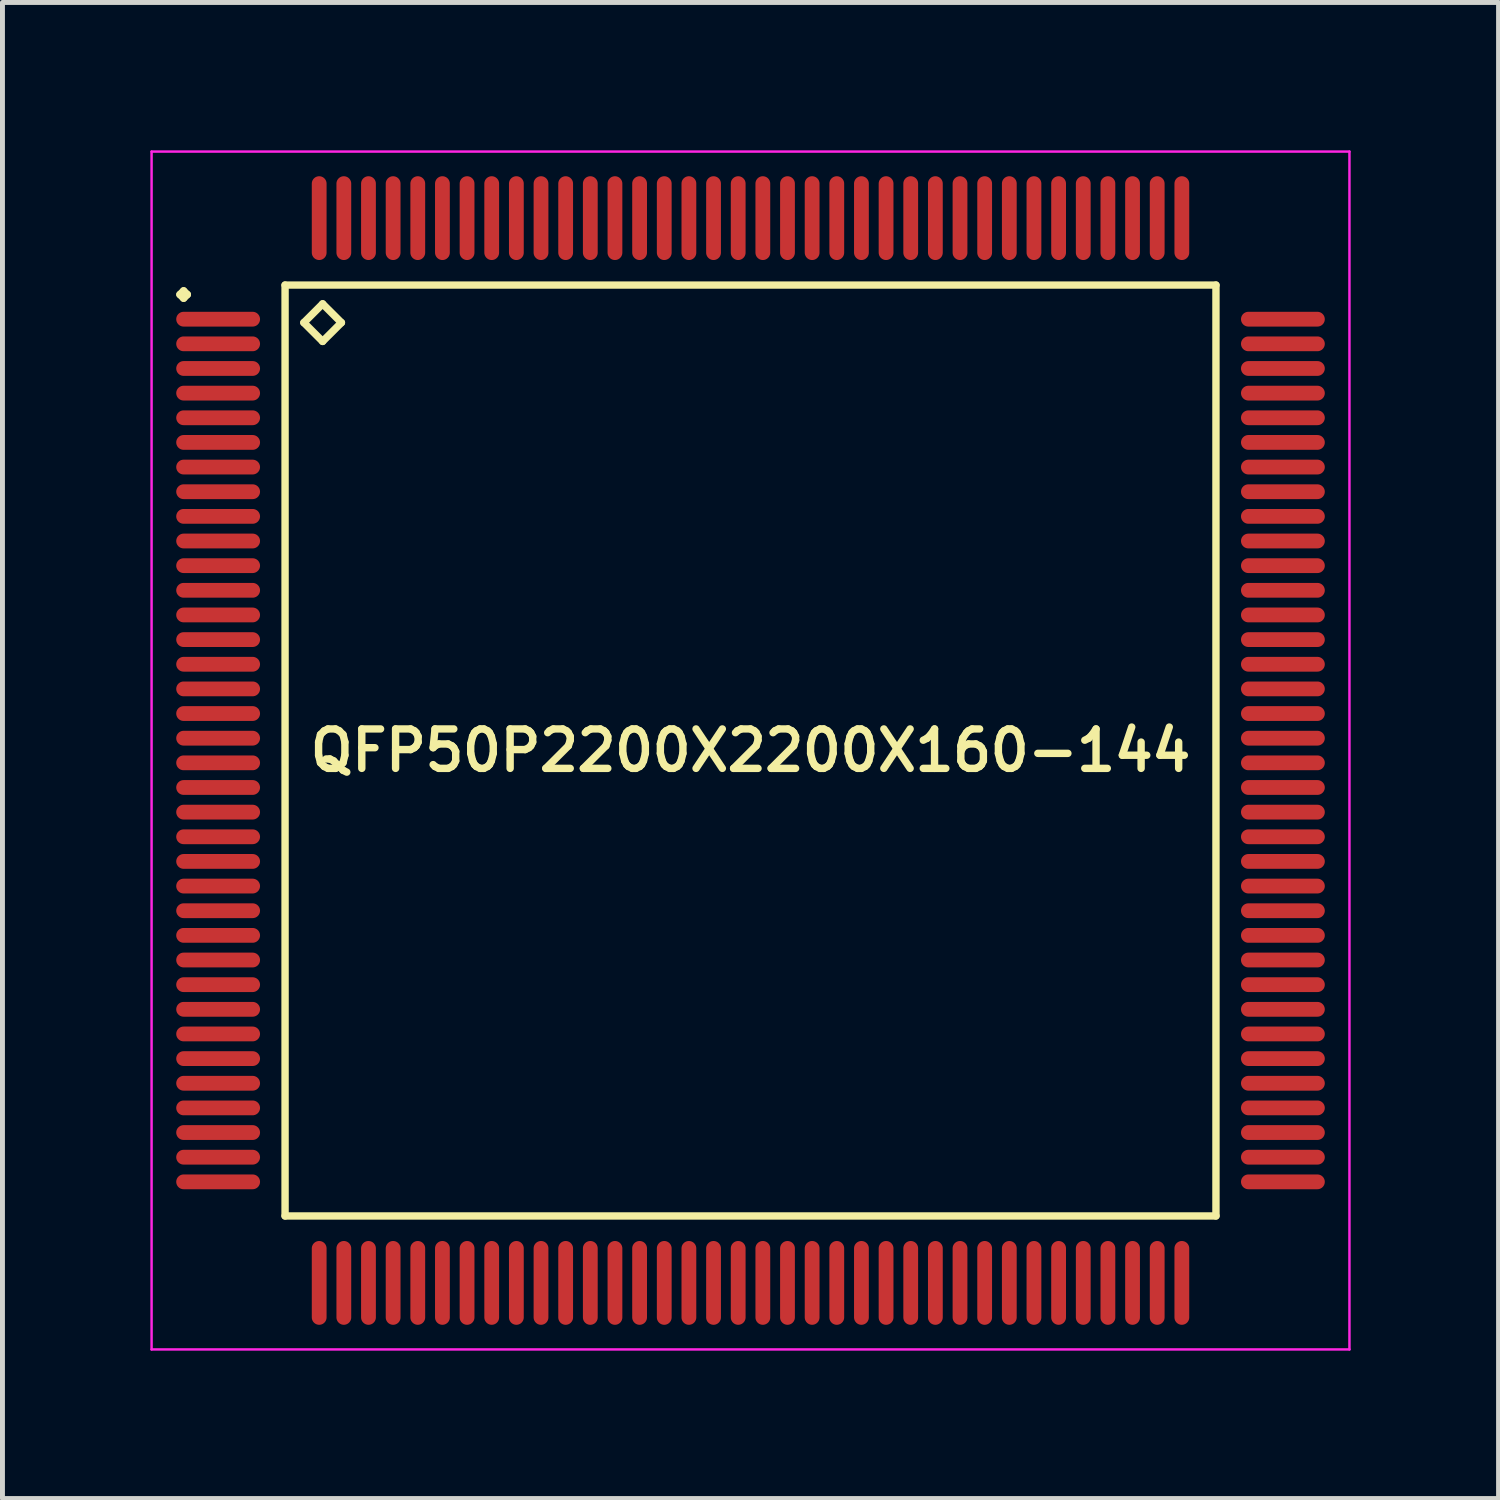
<source format=kicad_pcb>
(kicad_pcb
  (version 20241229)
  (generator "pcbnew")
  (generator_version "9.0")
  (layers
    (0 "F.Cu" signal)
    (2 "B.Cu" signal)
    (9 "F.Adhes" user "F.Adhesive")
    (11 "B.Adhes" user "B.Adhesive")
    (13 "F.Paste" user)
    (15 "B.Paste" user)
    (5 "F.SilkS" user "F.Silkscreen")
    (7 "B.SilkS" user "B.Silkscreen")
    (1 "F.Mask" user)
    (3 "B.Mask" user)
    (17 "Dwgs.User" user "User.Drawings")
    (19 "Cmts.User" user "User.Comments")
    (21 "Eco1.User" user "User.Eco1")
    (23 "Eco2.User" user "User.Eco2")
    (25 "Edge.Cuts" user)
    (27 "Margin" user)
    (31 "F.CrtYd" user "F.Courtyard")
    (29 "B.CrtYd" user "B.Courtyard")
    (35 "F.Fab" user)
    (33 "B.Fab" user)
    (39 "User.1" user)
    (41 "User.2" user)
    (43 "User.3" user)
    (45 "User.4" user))
  (footprint "QFP50P2200X2200X160-144"
    (layer "F.Cu")
    (at 12.175 12.175)
    (property "Reference" "QFP50P2200X2200X160-144" (at 0 0 0) (layer "F.SilkS") (effects (font (size 0.8 0.8) (thickness 0.15))))
    (attr smd)
    (fp_line (start -11.575 -9.25) (end -11.5 -9.325) (stroke (width 0.15) (type solid)) (layer "F.SilkS"))
    (fp_line (start -11.5 -9.325) (end -11.425 -9.25) (stroke (width 0.15) (type solid)) (layer "F.SilkS"))
    (fp_line (start -11.5 -9.175) (end -11.575 -9.25) (stroke (width 0.15) (type solid)) (layer "F.SilkS"))
    (fp_line (start -11.425 -9.25) (end -11.5 -9.175) (stroke (width 0.15) (type solid)) (layer "F.SilkS"))
    (fp_line (start -9.442 -9.442) (end -9.442 9.442) (stroke (width 0.15) (type solid)) (layer "F.SilkS"))
    (fp_line (start -9.442 9.442) (end 9.442 9.442) (stroke (width 0.15) (type solid)) (layer "F.SilkS"))
    (fp_line (start -9.061 -8.68) (end -8.68 -9.061) (stroke (width 0.15) (type solid)) (layer "F.SilkS"))
    (fp_line (start -8.68 -9.061) (end -8.299 -8.68) (stroke (width 0.15) (type solid)) (layer "F.SilkS"))
    (fp_line (start -8.68 -8.299) (end -9.061 -8.68) (stroke (width 0.15) (type solid)) (layer "F.SilkS"))
    (fp_line (start -8.299 -8.68) (end -8.68 -8.299) (stroke (width 0.15) (type solid)) (layer "F.SilkS"))
    (fp_line (start 9.442 -9.442) (end -9.442 -9.442) (stroke (width 0.15) (type solid)) (layer "F.SilkS"))
    (fp_line (start 9.442 9.442) (end 9.442 -9.442) (stroke (width 0.15) (type solid)) (layer "F.SilkS"))
    (fp_line (start -12.15 -12.15) (end 12.15 -12.15) (stroke (width 0.05) (type solid)) (layer "F.CrtYd"))
    (fp_line (start -12.15 12.15) (end -12.15 -12.15) (stroke (width 0.05) (type solid)) (layer "F.CrtYd"))
    (fp_line (start 12.15 -12.15) (end 12.15 12.15) (stroke (width 0.05) (type solid)) (layer "F.CrtYd"))
    (fp_line (start 12.15 12.15) (end -12.15 12.15) (stroke (width 0.05) (type solid)) (layer "F.CrtYd"))
    (pad "1" smd oval (at -10.8 -8.75) (size 1.7 0.3) (layers "F.Cu" "F.Mask" "F.Paste"))
    (pad "2" smd oval (at -10.8 -8.25) (size 1.7 0.3) (layers "F.Cu" "F.Mask" "F.Paste"))
    (pad "3" smd oval (at -10.8 -7.75) (size 1.7 0.3) (layers "F.Cu" "F.Mask" "F.Paste"))
    (pad "4" smd oval (at -10.8 -7.25) (size 1.7 0.3) (layers "F.Cu" "F.Mask" "F.Paste"))
    (pad "5" smd oval (at -10.8 -6.75) (size 1.7 0.3) (layers "F.Cu" "F.Mask" "F.Paste"))
    (pad "6" smd oval (at -10.8 -6.25) (size 1.7 0.3) (layers "F.Cu" "F.Mask" "F.Paste"))
    (pad "7" smd oval (at -10.8 -5.75) (size 1.7 0.3) (layers "F.Cu" "F.Mask" "F.Paste"))
    (pad "8" smd oval (at -10.8 -5.25) (size 1.7 0.3) (layers "F.Cu" "F.Mask" "F.Paste"))
    (pad "9" smd oval (at -10.8 -4.75) (size 1.7 0.3) (layers "F.Cu" "F.Mask" "F.Paste"))
    (pad "10" smd oval (at -10.8 -4.25) (size 1.7 0.3) (layers "F.Cu" "F.Mask" "F.Paste"))
    (pad "11" smd oval (at -10.8 -3.75) (size 1.7 0.3) (layers "F.Cu" "F.Mask" "F.Paste"))
    (pad "12" smd oval (at -10.8 -3.25) (size 1.7 0.3) (layers "F.Cu" "F.Mask" "F.Paste"))
    (pad "13" smd oval (at -10.8 -2.75) (size 1.7 0.3) (layers "F.Cu" "F.Mask" "F.Paste"))
    (pad "14" smd oval (at -10.8 -2.25) (size 1.7 0.3) (layers "F.Cu" "F.Mask" "F.Paste"))
    (pad "15" smd oval (at -10.8 -1.75) (size 1.7 0.3) (layers "F.Cu" "F.Mask" "F.Paste"))
    (pad "16" smd oval (at -10.8 -1.25) (size 1.7 0.3) (layers "F.Cu" "F.Mask" "F.Paste"))
    (pad "17" smd oval (at -10.8 -0.75) (size 1.7 0.3) (layers "F.Cu" "F.Mask" "F.Paste"))
    (pad "18" smd oval (at -10.8 -0.25) (size 1.7 0.3) (layers "F.Cu" "F.Mask" "F.Paste"))
    (pad "19" smd oval (at -10.8 0.25) (size 1.7 0.3) (layers "F.Cu" "F.Mask" "F.Paste"))
    (pad "20" smd oval (at -10.8 0.75) (size 1.7 0.3) (layers "F.Cu" "F.Mask" "F.Paste"))
    (pad "21" smd oval (at -10.8 1.25) (size 1.7 0.3) (layers "F.Cu" "F.Mask" "F.Paste"))
    (pad "22" smd oval (at -10.8 1.75) (size 1.7 0.3) (layers "F.Cu" "F.Mask" "F.Paste"))
    (pad "23" smd oval (at -10.8 2.25) (size 1.7 0.3) (layers "F.Cu" "F.Mask" "F.Paste"))
    (pad "24" smd oval (at -10.8 2.75) (size 1.7 0.3) (layers "F.Cu" "F.Mask" "F.Paste"))
    (pad "25" smd oval (at -10.8 3.25) (size 1.7 0.3) (layers "F.Cu" "F.Mask" "F.Paste"))
    (pad "26" smd oval (at -10.8 3.75) (size 1.7 0.3) (layers "F.Cu" "F.Mask" "F.Paste"))
    (pad "27" smd oval (at -10.8 4.25) (size 1.7 0.3) (layers "F.Cu" "F.Mask" "F.Paste"))
    (pad "28" smd oval (at -10.8 4.75) (size 1.7 0.3) (layers "F.Cu" "F.Mask" "F.Paste"))
    (pad "29" smd oval (at -10.8 5.25) (size 1.7 0.3) (layers "F.Cu" "F.Mask" "F.Paste"))
    (pad "30" smd oval (at -10.8 5.75) (size 1.7 0.3) (layers "F.Cu" "F.Mask" "F.Paste"))
    (pad "31" smd oval (at -10.8 6.25) (size 1.7 0.3) (layers "F.Cu" "F.Mask" "F.Paste"))
    (pad "32" smd oval (at -10.8 6.75) (size 1.7 0.3) (layers "F.Cu" "F.Mask" "F.Paste"))
    (pad "33" smd oval (at -10.8 7.25) (size 1.7 0.3) (layers "F.Cu" "F.Mask" "F.Paste"))
    (pad "34" smd oval (at -10.8 7.75) (size 1.7 0.3) (layers "F.Cu" "F.Mask" "F.Paste"))
    (pad "35" smd oval (at -10.8 8.25) (size 1.7 0.3) (layers "F.Cu" "F.Mask" "F.Paste"))
    (pad "36" smd oval (at -10.8 8.75) (size 1.7 0.3) (layers "F.Cu" "F.Mask" "F.Paste"))
    (pad "37" smd oval (at -8.75 10.8) (size 0.3 1.7) (layers "F.Cu" "F.Mask" "F.Paste"))
    (pad "38" smd oval (at -8.25 10.8) (size 0.3 1.7) (layers "F.Cu" "F.Mask" "F.Paste"))
    (pad "39" smd oval (at -7.75 10.8) (size 0.3 1.7) (layers "F.Cu" "F.Mask" "F.Paste"))
    (pad "40" smd oval (at -7.25 10.8) (size 0.3 1.7) (layers "F.Cu" "F.Mask" "F.Paste"))
    (pad "41" smd oval (at -6.75 10.8) (size 0.3 1.7) (layers "F.Cu" "F.Mask" "F.Paste"))
    (pad "42" smd oval (at -6.25 10.8) (size 0.3 1.7) (layers "F.Cu" "F.Mask" "F.Paste"))
    (pad "43" smd oval (at -5.75 10.8) (size 0.3 1.7) (layers "F.Cu" "F.Mask" "F.Paste"))
    (pad "44" smd oval (at -5.25 10.8) (size 0.3 1.7) (layers "F.Cu" "F.Mask" "F.Paste"))
    (pad "45" smd oval (at -4.75 10.8) (size 0.3 1.7) (layers "F.Cu" "F.Mask" "F.Paste"))
    (pad "46" smd oval (at -4.25 10.8) (size 0.3 1.7) (layers "F.Cu" "F.Mask" "F.Paste"))
    (pad "47" smd oval (at -3.75 10.8) (size 0.3 1.7) (layers "F.Cu" "F.Mask" "F.Paste"))
    (pad "48" smd oval (at -3.25 10.8) (size 0.3 1.7) (layers "F.Cu" "F.Mask" "F.Paste"))
    (pad "49" smd oval (at -2.75 10.8) (size 0.3 1.7) (layers "F.Cu" "F.Mask" "F.Paste"))
    (pad "50" smd oval (at -2.25 10.8) (size 0.3 1.7) (layers "F.Cu" "F.Mask" "F.Paste"))
    (pad "51" smd oval (at -1.75 10.8) (size 0.3 1.7) (layers "F.Cu" "F.Mask" "F.Paste"))
    (pad "52" smd oval (at -1.25 10.8) (size 0.3 1.7) (layers "F.Cu" "F.Mask" "F.Paste"))
    (pad "53" smd oval (at -0.75 10.8) (size 0.3 1.7) (layers "F.Cu" "F.Mask" "F.Paste"))
    (pad "54" smd oval (at -0.25 10.8) (size 0.3 1.7) (layers "F.Cu" "F.Mask" "F.Paste"))
    (pad "55" smd oval (at 0.25 10.8) (size 0.3 1.7) (layers "F.Cu" "F.Mask" "F.Paste"))
    (pad "56" smd oval (at 0.75 10.8) (size 0.3 1.7) (layers "F.Cu" "F.Mask" "F.Paste"))
    (pad "57" smd oval (at 1.25 10.8) (size 0.3 1.7) (layers "F.Cu" "F.Mask" "F.Paste"))
    (pad "58" smd oval (at 1.75 10.8) (size 0.3 1.7) (layers "F.Cu" "F.Mask" "F.Paste"))
    (pad "59" smd oval (at 2.25 10.8) (size 0.3 1.7) (layers "F.Cu" "F.Mask" "F.Paste"))
    (pad "60" smd oval (at 2.75 10.8) (size 0.3 1.7) (layers "F.Cu" "F.Mask" "F.Paste"))
    (pad "61" smd oval (at 3.25 10.8) (size 0.3 1.7) (layers "F.Cu" "F.Mask" "F.Paste"))
    (pad "62" smd oval (at 3.75 10.8) (size 0.3 1.7) (layers "F.Cu" "F.Mask" "F.Paste"))
    (pad "63" smd oval (at 4.25 10.8) (size 0.3 1.7) (layers "F.Cu" "F.Mask" "F.Paste"))
    (pad "64" smd oval (at 4.75 10.8) (size 0.3 1.7) (layers "F.Cu" "F.Mask" "F.Paste"))
    (pad "65" smd oval (at 5.25 10.8) (size 0.3 1.7) (layers "F.Cu" "F.Mask" "F.Paste"))
    (pad "66" smd oval (at 5.75 10.8) (size 0.3 1.7) (layers "F.Cu" "F.Mask" "F.Paste"))
    (pad "67" smd oval (at 6.25 10.8) (size 0.3 1.7) (layers "F.Cu" "F.Mask" "F.Paste"))
    (pad "68" smd oval (at 6.75 10.8) (size 0.3 1.7) (layers "F.Cu" "F.Mask" "F.Paste"))
    (pad "69" smd oval (at 7.25 10.8) (size 0.3 1.7) (layers "F.Cu" "F.Mask" "F.Paste"))
    (pad "70" smd oval (at 7.75 10.8) (size 0.3 1.7) (layers "F.Cu" "F.Mask" "F.Paste"))
    (pad "71" smd oval (at 8.25 10.8) (size 0.3 1.7) (layers "F.Cu" "F.Mask" "F.Paste"))
    (pad "72" smd oval (at 8.75 10.8) (size 0.3 1.7) (layers "F.Cu" "F.Mask" "F.Paste"))
    (pad "73" smd oval (at 10.8 8.75) (size 1.7 0.3) (layers "F.Cu" "F.Mask" "F.Paste"))
    (pad "74" smd oval (at 10.8 8.25) (size 1.7 0.3) (layers "F.Cu" "F.Mask" "F.Paste"))
    (pad "75" smd oval (at 10.8 7.75) (size 1.7 0.3) (layers "F.Cu" "F.Mask" "F.Paste"))
    (pad "76" smd oval (at 10.8 7.25) (size 1.7 0.3) (layers "F.Cu" "F.Mask" "F.Paste"))
    (pad "77" smd oval (at 10.8 6.75) (size 1.7 0.3) (layers "F.Cu" "F.Mask" "F.Paste"))
    (pad "78" smd oval (at 10.8 6.25) (size 1.7 0.3) (layers "F.Cu" "F.Mask" "F.Paste"))
    (pad "79" smd oval (at 10.8 5.75) (size 1.7 0.3) (layers "F.Cu" "F.Mask" "F.Paste"))
    (pad "80" smd oval (at 10.8 5.25) (size 1.7 0.3) (layers "F.Cu" "F.Mask" "F.Paste"))
    (pad "81" smd oval (at 10.8 4.75) (size 1.7 0.3) (layers "F.Cu" "F.Mask" "F.Paste"))
    (pad "82" smd oval (at 10.8 4.25) (size 1.7 0.3) (layers "F.Cu" "F.Mask" "F.Paste"))
    (pad "83" smd oval (at 10.8 3.75) (size 1.7 0.3) (layers "F.Cu" "F.Mask" "F.Paste"))
    (pad "84" smd oval (at 10.8 3.25) (size 1.7 0.3) (layers "F.Cu" "F.Mask" "F.Paste"))
    (pad "85" smd oval (at 10.8 2.75) (size 1.7 0.3) (layers "F.Cu" "F.Mask" "F.Paste"))
    (pad "86" smd oval (at 10.8 2.25) (size 1.7 0.3) (layers "F.Cu" "F.Mask" "F.Paste"))
    (pad "87" smd oval (at 10.8 1.75) (size 1.7 0.3) (layers "F.Cu" "F.Mask" "F.Paste"))
    (pad "88" smd oval (at 10.8 1.25) (size 1.7 0.3) (layers "F.Cu" "F.Mask" "F.Paste"))
    (pad "89" smd oval (at 10.8 0.75) (size 1.7 0.3) (layers "F.Cu" "F.Mask" "F.Paste"))
    (pad "90" smd oval (at 10.8 0.25) (size 1.7 0.3) (layers "F.Cu" "F.Mask" "F.Paste"))
    (pad "91" smd oval (at 10.8 -0.25) (size 1.7 0.3) (layers "F.Cu" "F.Mask" "F.Paste"))
    (pad "92" smd oval (at 10.8 -0.75) (size 1.7 0.3) (layers "F.Cu" "F.Mask" "F.Paste"))
    (pad "93" smd oval (at 10.8 -1.25) (size 1.7 0.3) (layers "F.Cu" "F.Mask" "F.Paste"))
    (pad "94" smd oval (at 10.8 -1.75) (size 1.7 0.3) (layers "F.Cu" "F.Mask" "F.Paste"))
    (pad "95" smd oval (at 10.8 -2.25) (size 1.7 0.3) (layers "F.Cu" "F.Mask" "F.Paste"))
    (pad "96" smd oval (at 10.8 -2.75) (size 1.7 0.3) (layers "F.Cu" "F.Mask" "F.Paste"))
    (pad "97" smd oval (at 10.8 -3.25) (size 1.7 0.3) (layers "F.Cu" "F.Mask" "F.Paste"))
    (pad "98" smd oval (at 10.8 -3.75) (size 1.7 0.3) (layers "F.Cu" "F.Mask" "F.Paste"))
    (pad "99" smd oval (at 10.8 -4.25) (size 1.7 0.3) (layers "F.Cu" "F.Mask" "F.Paste"))
    (pad "100" smd oval (at 10.8 -4.75) (size 1.7 0.3) (layers "F.Cu" "F.Mask" "F.Paste"))
    (pad "101" smd oval (at 10.8 -5.25) (size 1.7 0.3) (layers "F.Cu" "F.Mask" "F.Paste"))
    (pad "102" smd oval (at 10.8 -5.75) (size 1.7 0.3) (layers "F.Cu" "F.Mask" "F.Paste"))
    (pad "103" smd oval (at 10.8 -6.25) (size 1.7 0.3) (layers "F.Cu" "F.Mask" "F.Paste"))
    (pad "104" smd oval (at 10.8 -6.75) (size 1.7 0.3) (layers "F.Cu" "F.Mask" "F.Paste"))
    (pad "105" smd oval (at 10.8 -7.25) (size 1.7 0.3) (layers "F.Cu" "F.Mask" "F.Paste"))
    (pad "106" smd oval (at 10.8 -7.75) (size 1.7 0.3) (layers "F.Cu" "F.Mask" "F.Paste"))
    (pad "107" smd oval (at 10.8 -8.25) (size 1.7 0.3) (layers "F.Cu" "F.Mask" "F.Paste"))
    (pad "108" smd oval (at 10.8 -8.75) (size 1.7 0.3) (layers "F.Cu" "F.Mask" "F.Paste"))
    (pad "109" smd oval (at 8.75 -10.8) (size 0.3 1.7) (layers "F.Cu" "F.Mask" "F.Paste"))
    (pad "110" smd oval (at 8.25 -10.8) (size 0.3 1.7) (layers "F.Cu" "F.Mask" "F.Paste"))
    (pad "111" smd oval (at 7.75 -10.8) (size 0.3 1.7) (layers "F.Cu" "F.Mask" "F.Paste"))
    (pad "112" smd oval (at 7.25 -10.8) (size 0.3 1.7) (layers "F.Cu" "F.Mask" "F.Paste"))
    (pad "113" smd oval (at 6.75 -10.8) (size 0.3 1.7) (layers "F.Cu" "F.Mask" "F.Paste"))
    (pad "114" smd oval (at 6.25 -10.8) (size 0.3 1.7) (layers "F.Cu" "F.Mask" "F.Paste"))
    (pad "115" smd oval (at 5.75 -10.8) (size 0.3 1.7) (layers "F.Cu" "F.Mask" "F.Paste"))
    (pad "116" smd oval (at 5.25 -10.8) (size 0.3 1.7) (layers "F.Cu" "F.Mask" "F.Paste"))
    (pad "117" smd oval (at 4.75 -10.8) (size 0.3 1.7) (layers "F.Cu" "F.Mask" "F.Paste"))
    (pad "118" smd oval (at 4.25 -10.8) (size 0.3 1.7) (layers "F.Cu" "F.Mask" "F.Paste"))
    (pad "119" smd oval (at 3.75 -10.8) (size 0.3 1.7) (layers "F.Cu" "F.Mask" "F.Paste"))
    (pad "120" smd oval (at 3.25 -10.8) (size 0.3 1.7) (layers "F.Cu" "F.Mask" "F.Paste"))
    (pad "121" smd oval (at 2.75 -10.8) (size 0.3 1.7) (layers "F.Cu" "F.Mask" "F.Paste"))
    (pad "122" smd oval (at 2.25 -10.8) (size 0.3 1.7) (layers "F.Cu" "F.Mask" "F.Paste"))
    (pad "123" smd oval (at 1.75 -10.8) (size 0.3 1.7) (layers "F.Cu" "F.Mask" "F.Paste"))
    (pad "124" smd oval (at 1.25 -10.8) (size 0.3 1.7) (layers "F.Cu" "F.Mask" "F.Paste"))
    (pad "125" smd oval (at 0.75 -10.8) (size 0.3 1.7) (layers "F.Cu" "F.Mask" "F.Paste"))
    (pad "126" smd oval (at 0.25 -10.8) (size 0.3 1.7) (layers "F.Cu" "F.Mask" "F.Paste"))
    (pad "127" smd oval (at -0.25 -10.8) (size 0.3 1.7) (layers "F.Cu" "F.Mask" "F.Paste"))
    (pad "128" smd oval (at -0.75 -10.8) (size 0.3 1.7) (layers "F.Cu" "F.Mask" "F.Paste"))
    (pad "129" smd oval (at -1.25 -10.8) (size 0.3 1.7) (layers "F.Cu" "F.Mask" "F.Paste"))
    (pad "130" smd oval (at -1.75 -10.8) (size 0.3 1.7) (layers "F.Cu" "F.Mask" "F.Paste"))
    (pad "131" smd oval (at -2.25 -10.8) (size 0.3 1.7) (layers "F.Cu" "F.Mask" "F.Paste"))
    (pad "132" smd oval (at -2.75 -10.8) (size 0.3 1.7) (layers "F.Cu" "F.Mask" "F.Paste"))
    (pad "133" smd oval (at -3.25 -10.8) (size 0.3 1.7) (layers "F.Cu" "F.Mask" "F.Paste"))
    (pad "134" smd oval (at -3.75 -10.8) (size 0.3 1.7) (layers "F.Cu" "F.Mask" "F.Paste"))
    (pad "135" smd oval (at -4.25 -10.8) (size 0.3 1.7) (layers "F.Cu" "F.Mask" "F.Paste"))
    (pad "136" smd oval (at -4.75 -10.8) (size 0.3 1.7) (layers "F.Cu" "F.Mask" "F.Paste"))
    (pad "137" smd oval (at -5.25 -10.8) (size 0.3 1.7) (layers "F.Cu" "F.Mask" "F.Paste"))
    (pad "138" smd oval (at -5.75 -10.8) (size 0.3 1.7) (layers "F.Cu" "F.Mask" "F.Paste"))
    (pad "139" smd oval (at -6.25 -10.8) (size 0.3 1.7) (layers "F.Cu" "F.Mask" "F.Paste"))
    (pad "140" smd oval (at -6.75 -10.8) (size 0.3 1.7) (layers "F.Cu" "F.Mask" "F.Paste"))
    (pad "141" smd oval (at -7.25 -10.8) (size 0.3 1.7) (layers "F.Cu" "F.Mask" "F.Paste"))
    (pad "142" smd oval (at -7.75 -10.8) (size 0.3 1.7) (layers "F.Cu" "F.Mask" "F.Paste"))
    (pad "143" smd oval (at -8.25 -10.8) (size 0.3 1.7) (layers "F.Cu" "F.Mask" "F.Paste"))
    (pad "144" smd oval (at -8.75 -10.8) (size 0.3 1.7) (layers "F.Cu" "F.Mask" "F.Paste")))
  (gr_rect
    (start -3 -3)
    (end 27.35 27.35)
    (stroke (width 0.1) (type default))
    (fill no)
    (layer "Edge.Cuts")))
</source>
